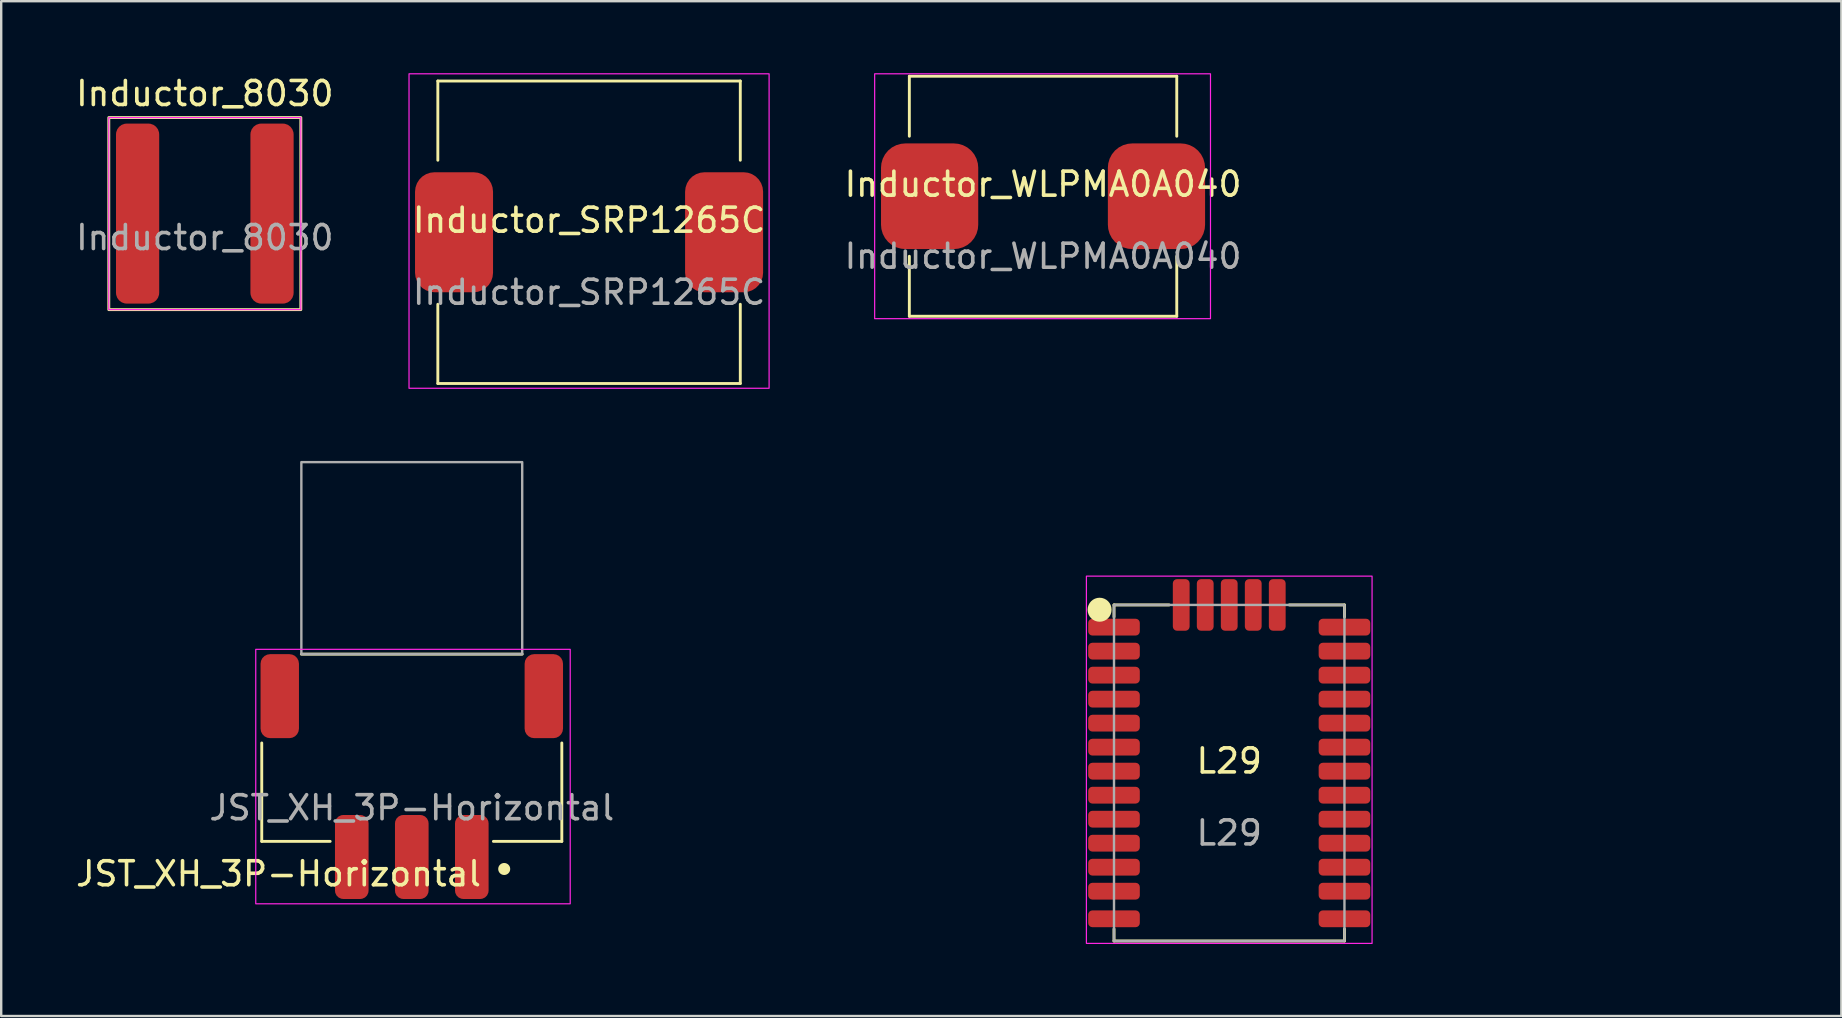
<source format=kicad_pcb>
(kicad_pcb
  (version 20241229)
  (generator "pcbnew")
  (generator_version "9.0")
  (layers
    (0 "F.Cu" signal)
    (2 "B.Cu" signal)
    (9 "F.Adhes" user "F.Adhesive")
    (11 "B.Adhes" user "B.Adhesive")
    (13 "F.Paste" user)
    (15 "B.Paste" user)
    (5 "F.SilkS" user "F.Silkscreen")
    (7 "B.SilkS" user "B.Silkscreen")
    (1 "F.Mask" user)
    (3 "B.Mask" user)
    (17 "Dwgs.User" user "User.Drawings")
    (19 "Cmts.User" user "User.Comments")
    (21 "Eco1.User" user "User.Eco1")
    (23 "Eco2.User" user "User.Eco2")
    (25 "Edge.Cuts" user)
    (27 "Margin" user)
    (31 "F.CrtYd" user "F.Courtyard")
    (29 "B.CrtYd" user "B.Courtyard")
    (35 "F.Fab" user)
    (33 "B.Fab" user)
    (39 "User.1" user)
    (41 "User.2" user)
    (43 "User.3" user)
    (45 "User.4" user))
  (footprint "Inductor_WLPMA0A040"
    (layer "F.Cu")
    (at 40.401 5.125)
    (property "Reference" "Inductor_WLPMA0A040" (at 0 -0.5 0) (unlocked yes) (layer "F.SilkS") (effects (font (size 1 1) (thickness 0.15))))
    (attr smd)
    (fp_line (start -5.57 -5) (end -5.57 -2.5) (stroke (width 0.12) (type solid)) (layer "F.SilkS"))
    (fp_line (start -5.57 5) (end -5.57 2.5) (stroke (width 0.12) (type solid)) (layer "F.SilkS"))
    (fp_line (start -5.57 5) (end 5.57 5) (stroke (width 0.12) (type solid)) (layer "F.SilkS"))
    (fp_line (start 5.57 -5) (end -5.57 -5) (stroke (width 0.12) (type solid)) (layer "F.SilkS"))
    (fp_line (start 5.57 -5) (end 5.57 -2.5) (stroke (width 0.12) (type solid)) (layer "F.SilkS"))
    (fp_line (start 5.57 5) (end 5.57 2.5) (stroke (width 0.12) (type solid)) (layer "F.SilkS"))
    (fp_rect (start -7.015 -5.1) (end 6.975 5.1) (stroke (width 0.05) (type solid)) (fill no) (layer "F.CrtYd"))
    (fp_text user "${REFERENCE}" (at 0 2.5 0) (unlocked yes) (layer "F.Fab") (effects (font (size 1 1) (thickness 0.15))))
    (pad "1" smd roundrect (at -4.725 0) (size 4.05 4.4) (layers "F.Cu" "F.Mask" "F.Paste") (roundrect_rratio 0.25))
    (pad "2" smd roundrect (at 4.725 0) (size 4.05 4.4) (layers "F.Cu" "F.Mask" "F.Paste") (roundrect_rratio 0.25)))
  (footprint "L29"
    (layer "F.Cu")
    (at 48.157 29.15)
    (property "Reference" "L29" (at 0 -0.5 0) (unlocked yes) (layer "F.SilkS") (effects (font (size 1 1) (thickness 0.15))))
    (attr smd)
    (fp_line (start -4.8 -7) (end -2.5 -7) (stroke (width 0.12) (type solid)) (layer "F.SilkS"))
    (fp_line (start -4.8 -6.5) (end -4.8 -7) (stroke (width 0.12) (type solid)) (layer "F.SilkS"))
    (fp_line (start -4.8 7) (end -4.8 6.5) (stroke (width 0.12) (type solid)) (layer "F.SilkS"))
    (fp_line (start -4.8 7) (end 4.8 7) (stroke (width 0.12) (type solid)) (layer "F.SilkS"))
    (fp_line (start 4.8 -7) (end 2.5 -7) (stroke (width 0.12) (type solid)) (layer "F.SilkS"))
    (fp_line (start 4.8 -6.5) (end 4.8 -7) (stroke (width 0.12) (type solid)) (layer "F.SilkS"))
    (fp_line (start 4.8 7) (end 4.8 6.5) (stroke (width 0.12) (type solid)) (layer "F.SilkS"))
    (fp_circle (center -5.4 -6.8) (end -5.4 -6.8) (stroke (width 0.5) (type solid)) (fill no) (layer "F.SilkS"))
    (fp_rect (start -5.95 -8.2) (end 5.95 7.1) (stroke (width 0.05) (type solid)) (fill no) (layer "F.CrtYd"))
    (fp_rect (start -4.8 -7) (end 4.8 7) (stroke (width 0.1) (type solid)) (fill no) (layer "F.Fab"))
    (fp_text user "${REFERENCE}" (at 0 2.5 0) (unlocked yes) (layer "F.Fab") (effects (font (size 1 1) (thickness 0.15))))
    (pad "1" smd roundrect (at -4.8 -6.075) (size 2.15 0.7) (layers "F.Cu" "F.Mask" "F.Paste") (roundrect_rratio 0.25))
    (pad "2" smd roundrect (at -4.8 -5.075) (size 2.15 0.7) (layers "F.Cu" "F.Mask" "F.Paste") (roundrect_rratio 0.25))
    (pad "3" smd roundrect (at -4.8 -4.075) (size 2.15 0.7) (layers "F.Cu" "F.Mask" "F.Paste") (roundrect_rratio 0.25))
    (pad "4" smd roundrect (at -4.8 -3.075) (size 2.15 0.7) (layers "F.Cu" "F.Mask" "F.Paste") (roundrect_rratio 0.25))
    (pad "5" smd roundrect (at -4.8 -2.075) (size 2.15 0.7) (layers "F.Cu" "F.Mask" "F.Paste") (roundrect_rratio 0.25))
    (pad "6" smd roundrect (at -4.8 -1.075) (size 2.15 0.7) (layers "F.Cu" "F.Mask" "F.Paste") (roundrect_rratio 0.25))
    (pad "7" smd roundrect (at -4.8 -0.075) (size 2.15 0.7) (layers "F.Cu" "F.Mask" "F.Paste") (roundrect_rratio 0.25))
    (pad "8" smd roundrect (at -4.8 0.925) (size 2.15 0.7) (layers "F.Cu" "F.Mask" "F.Paste") (roundrect_rratio 0.25))
    (pad "9" smd roundrect (at -4.8 1.925) (size 2.15 0.7) (layers "F.Cu" "F.Mask" "F.Paste") (roundrect_rratio 0.25))
    (pad "10" smd roundrect (at -4.8 2.925) (size 2.15 0.7) (layers "F.Cu" "F.Mask" "F.Paste") (roundrect_rratio 0.25))
    (pad "11" smd roundrect (at -4.8 3.925) (size 2.15 0.7) (layers "F.Cu" "F.Mask" "F.Paste") (roundrect_rratio 0.25))
    (pad "12" smd roundrect (at -4.8 4.925) (size 2.15 0.7) (layers "F.Cu" "F.Mask" "F.Paste") (roundrect_rratio 0.25))
    (pad "13" smd roundrect (at -4.8 6.075) (size 2.15 0.7) (layers "F.Cu" "F.Mask" "F.Paste") (roundrect_rratio 0.25))
    (pad "14" smd roundrect (at 4.8 6.075) (size 2.15 0.7) (layers "F.Cu" "F.Mask" "F.Paste") (roundrect_rratio 0.25))
    (pad "15" smd roundrect (at 4.8 4.925) (size 2.15 0.7) (layers "F.Cu" "F.Mask" "F.Paste") (roundrect_rratio 0.25))
    (pad "16" smd roundrect (at 4.8 3.925) (size 2.15 0.7) (layers "F.Cu" "F.Mask" "F.Paste") (roundrect_rratio 0.25))
    (pad "17" smd roundrect (at 4.8 2.925) (size 2.15 0.7) (layers "F.Cu" "F.Mask" "F.Paste") (roundrect_rratio 0.25))
    (pad "18" smd roundrect (at 4.8 1.925) (size 2.15 0.7) (layers "F.Cu" "F.Mask" "F.Paste") (roundrect_rratio 0.25))
    (pad "19" smd roundrect (at 4.8 0.925) (size 2.15 0.7) (layers "F.Cu" "F.Mask" "F.Paste") (roundrect_rratio 0.25))
    (pad "20" smd roundrect (at 4.8 -0.075) (size 2.15 0.7) (layers "F.Cu" "F.Mask" "F.Paste") (roundrect_rratio 0.25))
    (pad "21" smd roundrect (at 4.8 -1.075) (size 2.15 0.7) (layers "F.Cu" "F.Mask" "F.Paste") (roundrect_rratio 0.25))
    (pad "22" smd roundrect (at 4.8 -2.075) (size 2.15 0.7) (layers "F.Cu" "F.Mask" "F.Paste") (roundrect_rratio 0.25))
    (pad "23" smd roundrect (at 4.8 -3.075) (size 2.15 0.7) (layers "F.Cu" "F.Mask" "F.Paste") (roundrect_rratio 0.25))
    (pad "24" smd roundrect (at 4.8 -4.075) (size 2.15 0.7) (layers "F.Cu" "F.Mask" "F.Paste") (roundrect_rratio 0.25))
    (pad "25" smd roundrect (at 4.8 -5.075) (size 2.15 0.7) (layers "F.Cu" "F.Mask" "F.Paste") (roundrect_rratio 0.25))
    (pad "26" smd roundrect (at 4.8 -6.075) (size 2.15 0.7) (layers "F.Cu" "F.Mask" "F.Paste") (roundrect_rratio 0.25))
    (pad "27" smd roundrect (at 2 -7) (size 0.7 2.15) (layers "F.Cu" "F.Mask" "F.Paste") (roundrect_rratio 0.25))
    (pad "28" smd roundrect (at 1 -7) (size 0.7 2.15) (layers "F.Cu" "F.Mask" "F.Paste") (roundrect_rratio 0.25))
    (pad "29" smd roundrect (at 0 -7) (size 0.7 2.15) (layers "F.Cu" "F.Mask" "F.Paste") (roundrect_rratio 0.25))
    (pad "30" smd roundrect (at -1 -7) (size 0.7 2.15) (layers "F.Cu" "F.Mask" "F.Paste") (roundrect_rratio 0.25))
    (pad "31" smd roundrect (at -2 -7) (size 0.7 2.15) (layers "F.Cu" "F.Mask" "F.Paste") (roundrect_rratio 0.25))
    (zone (net_name "") (layers "F.Cu" "B.Cu" "F.SilkS") (hatch edge 0.508) (connect_pads) (min_thickness 0.254) (filled_areas_thickness no) (keepout (tracks allowed) (vias allowed) (pads not_allowed) (copperpour allowed) (footprints not_allowed)) (placement (enabled no)) (fill) (polygon (pts (xy 25.657 16.15) (xy 70.657 16.15) (xy 70.657 36.15) (xy 25.657 36.15))))
    (zone (net_name "") (layers "F.Cu" "B.Cu" "F.SilkS") (hatch edge 0.508) (connect_pads) (min_thickness 0.254) (filled_areas_thickness no) (keepout (tracks not_allowed) (vias not_allowed) (pads not_allowed) (copperpour not_allowed) (footprints not_allowed)) (placement (enabled no)) (fill) (polygon (pts (xy 44.507 31.35) (xy 51.807 31.35) (xy 51.807 36.15) (xy 44.507 36.15)))))
  (footprint "Inductor_8030"
    (layer "F.Cu")
    (at 5.482 5.848)
    (property "Reference" "Inductor_8030" (at 0 -5 0) (unlocked yes) (layer "F.SilkS") (effects (font (size 1 1) (thickness 0.15))))
    (attr smd)
    (fp_rect (start -4 -4) (end 4 4) (stroke (width 0.12) (type solid)) (fill no) (layer "F.SilkS"))
    (fp_rect (start -4 -4) (end 4 4) (stroke (width 0.05) (type solid)) (fill no) (layer "F.CrtYd"))
    (fp_text user "${REFERENCE}" (at 0 1 0) (unlocked yes) (layer "F.Fab") (effects (font (size 1 1) (thickness 0.15))))
    (pad "1" smd roundrect (at -2.8 0) (size 1.8 7.5) (layers "F.Cu" "F.Mask" "F.Paste") (roundrect_rratio 0.25))
    (pad "2" smd roundrect (at 2.8 0) (size 1.8 7.5) (layers "F.Cu" "F.Mask" "F.Paste") (roundrect_rratio 0.25)))
  (footprint "JST_XH_3P-Horizontal"
    (layer "F.Cu")
    (at 14.104 28.1)
    (property "Reference" "JST_XH_3P-Horizontal" (at -5.55 5.25 0) (unlocked yes) (layer "F.SilkS") (effects (font (size 1 1) (thickness 0.15))))
    (attr smd)
    (fp_line (start -6.25 -0.2) (end -6.25 3.9) (stroke (width 0.12) (type solid)) (layer "F.SilkS"))
    (fp_line (start -6.25 3.9) (end -3.4 3.9) (stroke (width 0.12) (type solid)) (layer "F.SilkS"))
    (fp_line (start 3.4 3.9) (end 6.25 3.9) (stroke (width 0.12) (type solid)) (layer "F.SilkS"))
    (fp_line (start 4.6 -3.9) (end -4.6 -3.9) (stroke (width 0.12) (type solid)) (layer "F.SilkS"))
    (fp_line (start 6.25 3.9) (end 6.25 -0.2) (stroke (width 0.12) (type solid)) (layer "F.SilkS"))
    (fp_circle (center 3.85 5.05) (end 4.05 5.05) (stroke (width 0.1) (type solid)) (fill yes) (layer "F.SilkS"))
    (fp_rect (start -6.5 -4.1) (end 6.6 6.5) (stroke (width 0.05) (type solid)) (fill no) (layer "F.CrtYd"))
    (fp_rect (start -4.6 -3.9) (end 4.6 -11.9) (stroke (width 0.1) (type solid)) (fill no) (layer "F.Fab"))
    (fp_text user "${REFERENCE}" (at 0 2.5 0) (unlocked yes) (layer "F.Fab") (effects (font (size 1 1) (thickness 0.15))))
    (pad "" smd roundrect (at -5.5 -2.15) (size 1.6 3.5) (layers "F.Cu" "F.Mask" "F.Paste") (roundrect_rratio 0.25))
    (pad "" smd roundrect (at 5.5 -2.15) (size 1.6 3.5) (layers "F.Cu" "F.Mask" "F.Paste") (roundrect_rratio 0.25))
    (pad "1" smd roundrect (at 2.5 4.55) (size 1.4 3.5) (layers "F.Cu" "F.Mask" "F.Paste") (roundrect_rratio 0.25))
    (pad "2" smd roundrect (at 0 4.55) (size 1.4 3.5) (layers "F.Cu" "F.Mask" "F.Paste") (roundrect_rratio 0.25))
    (pad "3" smd roundrect (at -2.5 4.55) (size 1.4 3.5) (layers "F.Cu" "F.Mask" "F.Paste") (roundrect_rratio 0.25))
    (zone (net_name "") (layers "F.Cu" "F.Fab") (hatch edge 0.508) (connect_pads) (min_thickness 0.254) (filled_areas_thickness no) (keepout (tracks allowed) (vias allowed) (pads allowed) (copperpour allowed) (footprints not_allowed)) (placement (enabled no)) (fill) (polygon (pts (xy 18.704 24.2) (xy 9.504 24.2) (xy 9.504 16.2) (xy 18.704 16.2)))))
  (footprint "Inductor_SRP1265C"
    (layer "F.Cu")
    (at 21.489 6.625)
    (property "Reference" "Inductor_SRP1265C" (at 0 -0.5 0) (unlocked yes) (layer "F.SilkS") (effects (font (size 1 1) (thickness 0.15))))
    (attr smd)
    (fp_line (start -6.3 -6.3) (end -6.3 -3) (stroke (width 0.12) (type solid)) (layer "F.SilkS"))
    (fp_line (start -6.3 6.3) (end -6.3 3) (stroke (width 0.12) (type solid)) (layer "F.SilkS"))
    (fp_line (start -6.3 6.3) (end 6.3 6.3) (stroke (width 0.12) (type solid)) (layer "F.SilkS"))
    (fp_line (start 6.3 -6.3) (end -6.3 -6.3) (stroke (width 0.12) (type solid)) (layer "F.SilkS"))
    (fp_line (start 6.3 -6.3) (end 6.3 -3) (stroke (width 0.12) (type solid)) (layer "F.SilkS"))
    (fp_line (start 6.3 6.3) (end 6.3 3) (stroke (width 0.12) (type solid)) (layer "F.SilkS"))
    (fp_rect (start -7.5 -6.6) (end 7.5 6.5) (stroke (width 0.05) (type solid)) (fill no) (layer "F.CrtYd"))
    (fp_text user "${REFERENCE}" (at 0 2.5 0) (unlocked yes) (layer "F.Fab") (effects (font (size 1 1) (thickness 0.15))))
    (pad "1" smd roundrect (at -5.625 0) (size 3.25 5) (layers "F.Cu" "F.Mask" "F.Paste") (roundrect_rratio 0.25))
    (pad "2" smd roundrect (at 5.625 0) (size 3.25 5) (layers "F.Cu" "F.Mask" "F.Paste") (roundrect_rratio 0.25)))
  (gr_rect
    (start -3 -3)
    (end 73.657 39.275)
    (stroke (width 0.1) (type default))
    (fill no)
    (layer "Edge.Cuts")))
</source>
